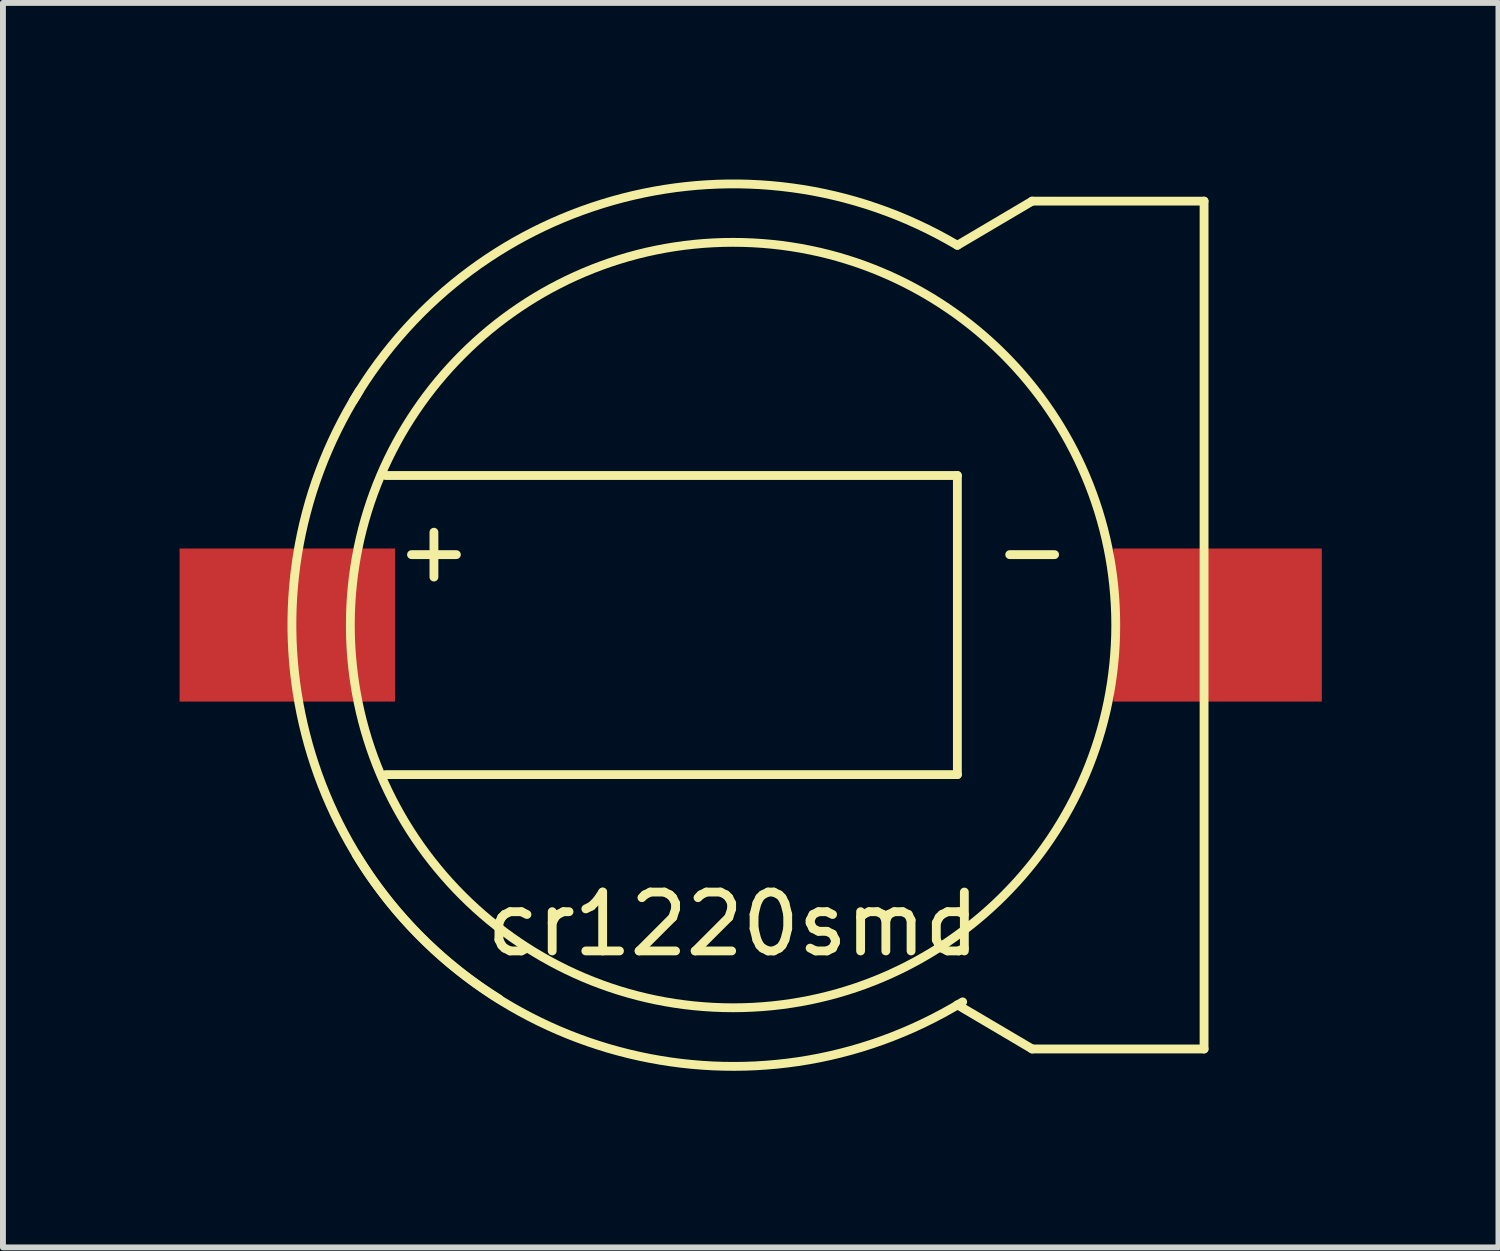
<source format=kicad_pcb>
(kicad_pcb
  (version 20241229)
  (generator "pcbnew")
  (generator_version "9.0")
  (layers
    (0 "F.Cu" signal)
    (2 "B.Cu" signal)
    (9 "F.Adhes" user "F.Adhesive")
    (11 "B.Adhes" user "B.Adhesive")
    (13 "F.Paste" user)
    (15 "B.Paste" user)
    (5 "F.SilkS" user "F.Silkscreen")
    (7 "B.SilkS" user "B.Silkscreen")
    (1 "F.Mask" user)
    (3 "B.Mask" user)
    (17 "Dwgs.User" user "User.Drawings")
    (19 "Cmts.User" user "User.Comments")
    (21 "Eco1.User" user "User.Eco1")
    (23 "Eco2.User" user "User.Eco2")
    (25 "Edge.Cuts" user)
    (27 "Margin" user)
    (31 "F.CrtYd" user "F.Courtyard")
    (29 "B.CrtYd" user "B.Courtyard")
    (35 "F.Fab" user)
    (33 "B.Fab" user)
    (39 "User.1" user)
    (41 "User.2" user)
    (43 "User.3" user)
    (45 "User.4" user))
  (footprint "cr1220smd"
    (layer "F.Cu")
    (at 9.4 7.566)
    (property "Reference" "cr1220smd" (at 0 5.08 0) (layer "F.SilkS") (effects (font (size 1 1) (thickness 0.15))))
    (attr through_hole)
    (fp_line (start 3.81 -2.54) (end -5.9 -2.54) (stroke (width 0.15) (type solid)) (layer "F.SilkS"))
    (fp_line (start 3.81 -2.54) (end 3.81 2.54) (stroke (width 0.15) (type solid)) (layer "F.SilkS"))
    (fp_line (start 3.81 2.54) (end -5.9 2.54) (stroke (width 0.15) (type solid)) (layer "F.SilkS"))
    (fp_line (start 5.08 -7.2) (end 3.81 -6.45) (stroke (width 0.15) (type solid)) (layer "F.SilkS"))
    (fp_line (start 5.08 7.2) (end 3.81 6.45) (stroke (width 0.15) (type solid)) (layer "F.SilkS"))
    (fp_line (start 8 -7.2) (end 5.08 -7.2) (stroke (width 0.15) (type solid)) (layer "F.SilkS"))
    (fp_line (start 8 7.2) (end 5.08 7.2) (stroke (width 0.15) (type solid)) (layer "F.SilkS"))
    (fp_line (start 8 7.2) (end 8 -7.2) (stroke (width 0.15) (type solid)) (layer "F.SilkS"))
    (fp_arc (start -6.45 -3.81) (mid -1.866762 -7.254916) (end 3.81 -6.45) (stroke (width 0.15) (type solid)) (layer "F.SilkS"))
    (fp_arc (start -3.9745 6.35) (mid -7.300524 1.679732) (end -6.35 -3.9745) (stroke (width 0.15) (type solid)) (layer "F.SilkS"))
    (fp_arc (start 3.9 6.4) (mid -1.767767 7.2832) (end -6.4 3.9) (stroke (width 0.15) (type solid)) (layer "F.SilkS"))
    (fp_circle (center 0 0) (end 0 6.5) (stroke (width 0.15) (type solid)) (fill no) (layer "F.SilkS"))
    (fp_text user "+" (at -5.08 -1.27 0) (layer "F.SilkS") (effects (font (size 1 1) (thickness 0.15))))
    (fp_text user "-" (at 5.08 -1.27 0) (layer "F.SilkS") (effects (font (size 1 1) (thickness 0.15))))
    (pad "1" smd rect (at -7.57 0) (size 3.66 2.6) (layers "F.Cu" "F.Mask" "F.Paste"))
    (pad "2" smd rect (at 8.23 0) (size 3.54 2.6) (layers "F.Cu" "F.Mask" "F.Paste")))
  (gr_rect
    (start -3 -3)
    (end 22.4 18.136)
    (stroke (width 0.1) (type default))
    (fill no)
    (layer "Edge.Cuts")))
</source>
